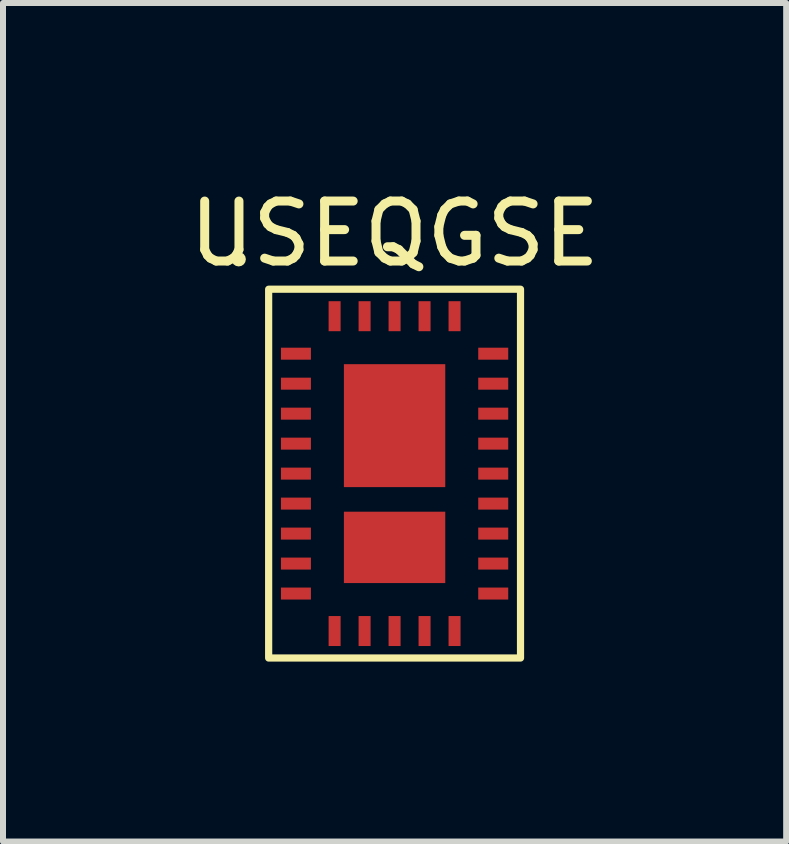
<source format=kicad_pcb>
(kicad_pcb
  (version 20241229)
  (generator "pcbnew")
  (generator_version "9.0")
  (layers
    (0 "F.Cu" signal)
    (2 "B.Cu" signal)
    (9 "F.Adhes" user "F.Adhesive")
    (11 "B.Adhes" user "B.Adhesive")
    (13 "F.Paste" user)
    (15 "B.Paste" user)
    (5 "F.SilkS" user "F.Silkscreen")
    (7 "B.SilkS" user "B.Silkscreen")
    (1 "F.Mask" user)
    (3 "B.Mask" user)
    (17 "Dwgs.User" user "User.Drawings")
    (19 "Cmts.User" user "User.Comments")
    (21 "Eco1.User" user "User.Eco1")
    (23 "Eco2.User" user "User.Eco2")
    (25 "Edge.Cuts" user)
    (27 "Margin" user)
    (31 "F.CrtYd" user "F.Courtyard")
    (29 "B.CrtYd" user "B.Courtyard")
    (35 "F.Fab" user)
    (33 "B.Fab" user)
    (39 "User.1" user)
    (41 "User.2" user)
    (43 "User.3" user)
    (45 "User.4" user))
  (footprint "USEQGSE"
    (layer "F.Cu")
    (at 3.53 4.848)
    (property "Reference" "USEQGSE" (at 0 -4 0) (unlocked yes) (layer "F.SilkS") (effects (font (size 1 1) (thickness 0.15))))
    (attr smd)
    (fp_rect (start -2.1 -3.075) (end 2.1 3.075) (stroke (width 0.12) (type solid)) (fill no) (layer "F.SilkS"))
    (fp_circle (center -2.6 -3.575) (end -2.6 -3.515) (stroke (width 0.12) (type solid)) (fill no) (layer "F.SilkS"))
    (pad "1" smd rect (at -1.645 -2) (size 0.5 0.2) (layers "F.Cu" "F.Mask" "F.Paste"))
    (pad "2" smd rect (at -1.645 -1.5) (size 0.5 0.2) (layers "F.Cu" "F.Mask" "F.Paste"))
    (pad "3" smd rect (at -1.645 -1) (size 0.5 0.2) (layers "F.Cu" "F.Mask" "F.Paste"))
    (pad "4" smd rect (at -1.645 -0.5) (size 0.5 0.2) (layers "F.Cu" "F.Mask" "F.Paste"))
    (pad "5" smd rect (at -1.645 0) (size 0.5 0.2) (layers "F.Cu" "F.Mask" "F.Paste"))
    (pad "6" smd rect (at -1.645 0.5) (size 0.5 0.2) (layers "F.Cu" "F.Mask" "F.Paste"))
    (pad "7" smd rect (at -1.645 1) (size 0.5 0.2) (layers "F.Cu" "F.Mask" "F.Paste"))
    (pad "8" smd rect (at -1.645 1.5) (size 0.5 0.2) (layers "F.Cu" "F.Mask" "F.Paste"))
    (pad "9" smd rect (at -1.645 2) (size 0.5 0.2) (layers "F.Cu" "F.Mask" "F.Paste"))
    (pad "10" smd rect (at -1 2.625 270) (size 0.5 0.2) (layers "F.Cu" "F.Mask" "F.Paste"))
    (pad "11" smd rect (at -0.5 2.625 270) (size 0.5 0.2) (layers "F.Cu" "F.Mask" "F.Paste"))
    (pad "12" smd rect (at 0 2.625 270) (size 0.5 0.2) (layers "F.Cu" "F.Mask" "F.Paste"))
    (pad "13" smd rect (at 0.5 2.625 270) (size 0.5 0.2) (layers "F.Cu" "F.Mask" "F.Paste"))
    (pad "14" smd rect (at 1 2.625 270) (size 0.5 0.2) (layers "F.Cu" "F.Mask" "F.Paste"))
    (pad "15" smd rect (at 1.645 2) (size 0.5 0.2) (layers "F.Cu" "F.Mask" "F.Paste"))
    (pad "16" smd rect (at 1.645 1.5) (size 0.5 0.2) (layers "F.Cu" "F.Mask" "F.Paste"))
    (pad "17" smd rect (at 1.645 1) (size 0.5 0.2) (layers "F.Cu" "F.Mask" "F.Paste"))
    (pad "18" smd rect (at 1.645 0.5) (size 0.5 0.2) (layers "F.Cu" "F.Mask" "F.Paste"))
    (pad "19" smd rect (at 1.645 0) (size 0.5 0.2) (layers "F.Cu" "F.Mask" "F.Paste"))
    (pad "20" smd rect (at 1.645 -0.5) (size 0.5 0.2) (layers "F.Cu" "F.Mask" "F.Paste"))
    (pad "21" smd rect (at 1.645 -1) (size 0.5 0.2) (layers "F.Cu" "F.Mask" "F.Paste"))
    (pad "22" smd rect (at 1.645 -1.5) (size 0.5 0.2) (layers "F.Cu" "F.Mask" "F.Paste"))
    (pad "23" smd rect (at 1.645 -2) (size 0.5 0.2) (layers "F.Cu" "F.Mask" "F.Paste"))
    (pad "24" smd rect (at 1 -2.625 270) (size 0.5 0.2) (layers "F.Cu" "F.Mask" "F.Paste"))
    (pad "25" smd rect (at 0.5 -2.625 270) (size 0.5 0.2) (layers "F.Cu" "F.Mask" "F.Paste"))
    (pad "26" smd rect (at 0 -2.625 270) (size 0.5 0.2) (layers "F.Cu" "F.Mask" "F.Paste"))
    (pad "27" smd rect (at -0.5 -2.625 270) (size 0.5 0.2) (layers "F.Cu" "F.Mask" "F.Paste"))
    (pad "28" smd rect (at -1 -2.625 270) (size 0.5 0.2) (layers "F.Cu" "F.Mask" "F.Paste"))
    (pad "29" smd rect (at 0 -0.8 270) (size 2.05 1.69) (layers "F.Cu" "F.Mask" "F.Paste"))
    (pad "30" smd rect (at 0 1.23 270) (size 1.19 1.69) (layers "F.Cu" "F.Mask" "F.Paste")))
  (gr_rect
    (start -3 -3)
    (end 10.06 10.983)
    (stroke (width 0.1) (type default))
    (fill no)
    (layer "Edge.Cuts")))
</source>
